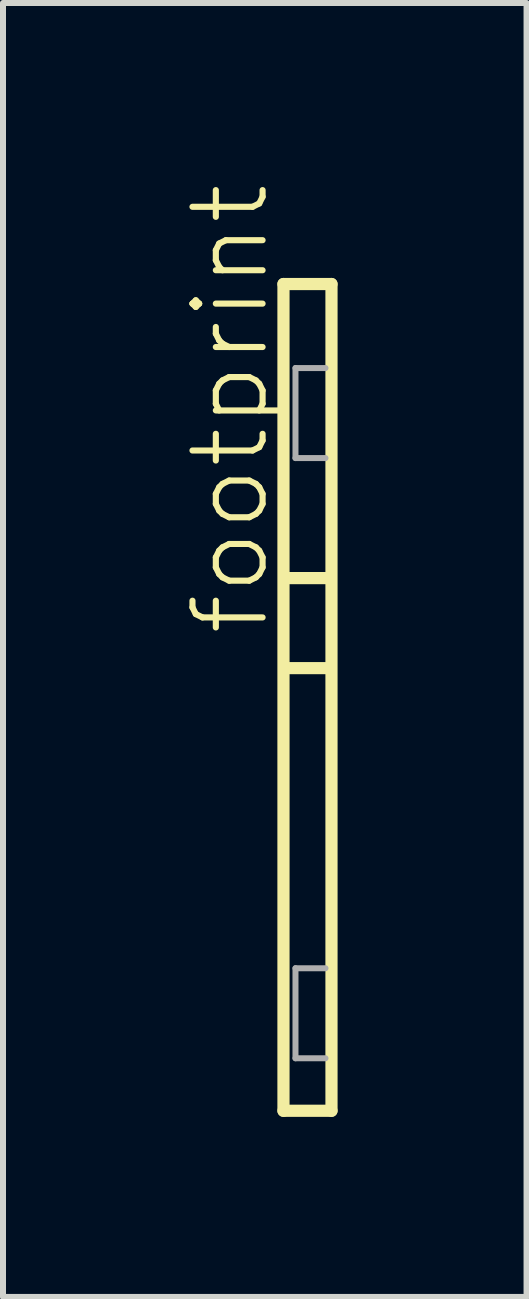
<source format=kicad_pcb>
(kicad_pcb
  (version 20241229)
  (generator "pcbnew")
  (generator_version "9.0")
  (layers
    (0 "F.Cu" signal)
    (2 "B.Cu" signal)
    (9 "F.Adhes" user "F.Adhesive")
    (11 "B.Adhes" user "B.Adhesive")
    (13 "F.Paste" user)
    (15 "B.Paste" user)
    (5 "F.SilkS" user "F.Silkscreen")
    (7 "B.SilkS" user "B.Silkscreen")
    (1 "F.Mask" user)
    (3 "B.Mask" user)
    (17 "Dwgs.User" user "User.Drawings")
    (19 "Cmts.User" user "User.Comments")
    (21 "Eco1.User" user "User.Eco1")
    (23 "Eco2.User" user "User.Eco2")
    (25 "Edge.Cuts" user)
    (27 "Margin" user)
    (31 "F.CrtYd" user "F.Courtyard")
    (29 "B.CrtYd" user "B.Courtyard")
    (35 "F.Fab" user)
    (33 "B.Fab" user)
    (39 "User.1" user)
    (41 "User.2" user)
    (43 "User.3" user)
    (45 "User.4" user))
  (footprint "footprint"
    (layer "F.Cu")
    (at 2.473 9.082)
    (property "Reference" "footprint" (at -1 -1.5 90) (layer "F.SilkS") (effects (font (size 1.168 1.168) (thickness 0.102)) (justify left bottom)))
    (fp_line (start -0.8 -7.4) (end -0.8 6.375) (stroke (width 0.203) (type solid)) (layer "F.SilkS"))
    (fp_line (start -0.8 6.375) (end 0 6.375) (stroke (width 0.203) (type solid)) (layer "F.SilkS"))
    (fp_line (start -0.73 -2.5) (end -0.05 -2.5) (stroke (width 0.203) (type solid)) (layer "F.SilkS"))
    (fp_line (start -0.71 -1) (end -0.025 -1) (stroke (width 0.203) (type solid)) (layer "F.SilkS"))
    (fp_line (start 0 -7.4) (end -0.8 -7.4) (stroke (width 0.203) (type solid)) (layer "F.SilkS"))
    (fp_line (start 0 6.375) (end 0 -7.4) (stroke (width 0.203) (type solid)) (layer "F.SilkS"))
    (fp_line (start -0.6 -6) (end -0.6 -4.5) (stroke (width 0.1) (type solid)) (layer "F.Fab"))
    (fp_line (start -0.6 -4.5) (end -0.1 -4.5) (stroke (width 0.1) (type solid)) (layer "F.Fab"))
    (fp_line (start -0.6 4) (end -0.1 4) (stroke (width 0.1) (type solid)) (layer "F.Fab"))
    (fp_line (start -0.6 5.5) (end -0.6 4) (stroke (width 0.1) (type solid)) (layer "F.Fab"))
    (fp_line (start -0.1 -6) (end -0.6 -6) (stroke (width 0.1) (type solid)) (layer "F.Fab"))
    (fp_line (start -0.1 5.5) (end -0.6 5.5) (stroke (width 0.1) (type solid)) (layer "F.Fab")))
  (gr_rect
    (start -3 -3)
    (end 5.723 18.559)
    (stroke (width 0.1) (type default))
    (fill no)
    (layer "Edge.Cuts")))
</source>
